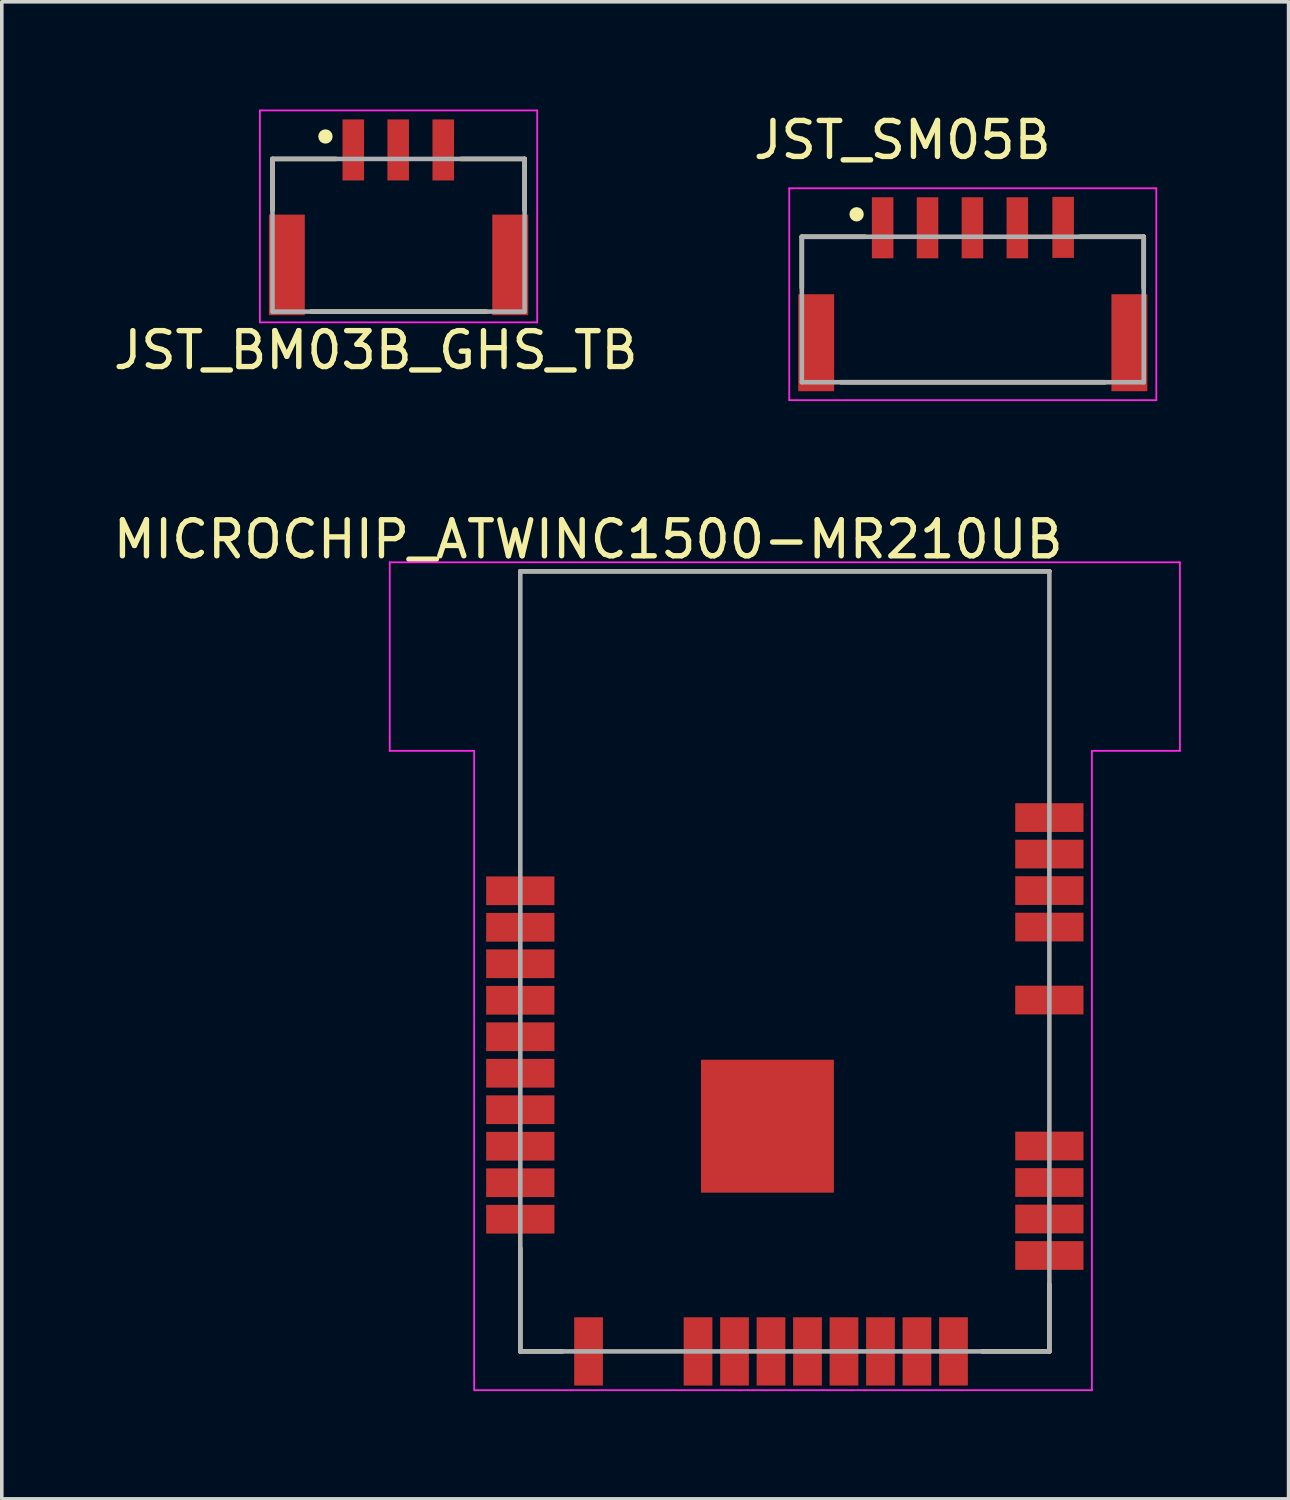
<source format=kicad_pcb>
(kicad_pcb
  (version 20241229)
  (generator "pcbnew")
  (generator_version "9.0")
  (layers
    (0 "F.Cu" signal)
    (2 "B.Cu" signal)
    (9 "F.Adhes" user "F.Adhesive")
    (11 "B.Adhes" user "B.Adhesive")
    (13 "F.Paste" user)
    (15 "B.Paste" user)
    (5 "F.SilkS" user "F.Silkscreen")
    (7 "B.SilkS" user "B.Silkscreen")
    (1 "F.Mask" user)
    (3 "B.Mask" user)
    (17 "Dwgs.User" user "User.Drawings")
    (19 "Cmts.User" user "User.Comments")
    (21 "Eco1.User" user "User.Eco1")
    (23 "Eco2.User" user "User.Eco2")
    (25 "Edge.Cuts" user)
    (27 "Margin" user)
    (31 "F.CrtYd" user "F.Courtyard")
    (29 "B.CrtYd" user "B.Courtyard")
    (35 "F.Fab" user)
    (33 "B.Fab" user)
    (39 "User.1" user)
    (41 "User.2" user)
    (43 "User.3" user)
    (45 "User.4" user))
  (footprint "JST_SM05B"
    (layer "F.Cu")
    (at 23.399 5.567)
    (property "Reference" "JST_SM05B" (at -1.327 -4.718 0) (layer "F.SilkS") (effects (font (size 1.002 1.002) (thickness 0.15))))
    (attr smd)
    (fp_line (start -4.125 -2.025) (end -2.36 -2.025) (stroke (width 0.127) (type solid)) (layer "F.SilkS"))
    (fp_line (start -4.125 -0.605) (end -4.125 -2.025) (stroke (width 0.127) (type solid)) (layer "F.SilkS"))
    (fp_line (start -3.04 2.025) (end 4.32 2.025) (stroke (width 0.127) (type solid)) (layer "F.SilkS"))
    (fp_line (start 5.395 -2.025) (end 3.63 -2.025) (stroke (width 0.127) (type solid)) (layer "F.SilkS"))
    (fp_line (start 5.395 -0.595) (end 5.395 -2.025) (stroke (width 0.127) (type solid)) (layer "F.SilkS"))
    (fp_circle (center -2.6 -2.65) (end -2.5 -2.65) (stroke (width 0.2) (type solid)) (fill no) (layer "F.SilkS"))
    (fp_line (start -4.475 -3.375) (end 5.745 -3.375) (stroke (width 0.05) (type solid)) (layer "F.CrtYd"))
    (fp_line (start -4.475 2.525) (end -4.475 -3.375) (stroke (width 0.05) (type solid)) (layer "F.CrtYd"))
    (fp_line (start 5.745 -3.375) (end 5.745 2.525) (stroke (width 0.05) (type solid)) (layer "F.CrtYd"))
    (fp_line (start 5.745 2.525) (end -4.475 2.525) (stroke (width 0.05) (type solid)) (layer "F.CrtYd"))
    (fp_line (start -4.125 -2.025) (end 5.395 -2.025) (stroke (width 0.127) (type solid)) (layer "F.Fab"))
    (fp_line (start -4.125 2.025) (end -4.125 -2.025) (stroke (width 0.127) (type solid)) (layer "F.Fab"))
    (fp_line (start 5.395 -2.025) (end 5.395 2.025) (stroke (width 0.127) (type solid)) (layer "F.Fab"))
    (fp_line (start 5.395 2.025) (end -4.125 2.025) (stroke (width 0.127) (type solid)) (layer "F.Fab"))
    (pad "" smd rect (at -3.725 0.925 90) (size 2.7 1) (layers "F.Cu" "F.Mask" "F.Paste"))
    (pad "" smd rect (at 4.995 0.925 90) (size 2.7 1) (layers "F.Cu" "F.Mask" "F.Paste"))
    (pad "1" smd rect (at -1.875 -2.275 90) (size 1.7 0.6) (layers "F.Cu" "F.Mask" "F.Paste"))
    (pad "2" smd rect (at -0.625 -2.275 90) (size 1.7 0.6) (layers "F.Cu" "F.Mask" "F.Paste"))
    (pad "3" smd rect (at 0.625 -2.275 90) (size 1.7 0.6) (layers "F.Cu" "F.Mask" "F.Paste"))
    (pad "4" smd rect (at 1.875 -2.275 90) (size 1.7 0.6) (layers "F.Cu" "F.Mask" "F.Paste"))
    (pad "5" smd rect (at 3.15 -2.286 90) (size 1.7 0.6) (layers "F.Cu" "F.Mask" "F.Paste")))
  (footprint "JST_BM03B_GHS_TB"
    (layer "F.Cu")
    (at 7.411 4.325)
    (property "Reference" "JST_BM03B_GHS_TB" (at 0 2.375 0) (unlocked yes) (layer "F.SilkS") (effects (font (size 1 1) (thickness 0.15))))
    (attr smd)
    (fp_line (start -2.875 -2.95) (end -1.11 -2.95) (stroke (width 0.127) (type solid)) (layer "F.SilkS"))
    (fp_line (start -2.875 -1.53) (end -2.875 -2.95) (stroke (width 0.127) (type solid)) (layer "F.SilkS"))
    (fp_line (start -1.79 1.3) (end 3.07 1.3) (stroke (width 0.127) (type solid)) (layer "F.SilkS"))
    (fp_line (start 4.145 -2.95) (end 2.38 -2.95) (stroke (width 0.127) (type solid)) (layer "F.SilkS"))
    (fp_line (start 4.145 -1.52) (end 4.145 -2.95) (stroke (width 0.127) (type solid)) (layer "F.SilkS"))
    (fp_circle (center -1.4 -3.575) (end -1.3 -3.575) (stroke (width 0.2) (type solid)) (fill no) (layer "F.SilkS"))
    (fp_line (start -3.225 -4.3) (end 4.495 -4.3) (stroke (width 0.05) (type solid)) (layer "F.CrtYd"))
    (fp_line (start -3.225 1.6) (end -3.225 -4.3) (stroke (width 0.05) (type solid)) (layer "F.CrtYd"))
    (fp_line (start 4.495 -4.3) (end 4.495 1.6) (stroke (width 0.05) (type solid)) (layer "F.CrtYd"))
    (fp_line (start 4.495 1.6) (end -3.225 1.6) (stroke (width 0.05) (type solid)) (layer "F.CrtYd"))
    (fp_line (start -2.875 -2.95) (end 4.145 -2.95) (stroke (width 0.127) (type solid)) (layer "F.Fab"))
    (fp_line (start -2.875 1.3) (end -2.875 -2.95) (stroke (width 0.127) (type solid)) (layer "F.Fab"))
    (fp_line (start 4.145 -2.95) (end 4.145 1.3) (stroke (width 0.127) (type solid)) (layer "F.Fab"))
    (fp_line (start 4.145 1.3) (end -2.875 1.3) (stroke (width 0.127) (type solid)) (layer "F.Fab"))
    (pad "" smd rect (at -2.475 0 90) (size 2.8 1) (layers "F.Cu" "F.Mask" "F.Paste"))
    (pad "" smd rect (at 3.745 0 90) (size 2.8 1) (layers "F.Cu" "F.Mask" "F.Paste"))
    (pad "1" smd rect (at -0.625 -3.2 90) (size 1.7 0.6) (layers "F.Cu" "F.Mask" "F.Paste"))
    (pad "2" smd rect (at 0.625 -3.2 90) (size 1.7 0.6) (layers "F.Cu" "F.Mask" "F.Paste"))
    (pad "3" smd rect (at 1.88 -3.2 90) (size 1.7 0.6) (layers "F.Cu" "F.Mask" "F.Paste")))
  (footprint "MICROCHIP_ATWINC1500-MR210UB"
    (layer "F.Cu")
    (at 18.801 31.905)
    (property "Reference" "MICROCHIP_ATWINC1500-MR210UB" (at -5.475 -19.938 0) (layer "F.SilkS") (effects (font (size 1.003 1.003) (thickness 0.15))))
    (attr smd)
    (fp_line (start -7.365 -19.05) (end 7.365 -19.05) (stroke (width 0.127) (type solid)) (layer "F.SilkS"))
    (fp_line (start -7.365 2.67) (end -7.365 -0.2) (stroke (width 0.127) (type solid)) (layer "F.SilkS"))
    (fp_line (start -6.2 2.67) (end -7.365 2.67) (stroke (width 0.127) (type solid)) (layer "F.SilkS"))
    (fp_line (start 7.365 0.8) (end 7.365 2.67) (stroke (width 0.127) (type solid)) (layer "F.SilkS"))
    (fp_line (start 7.365 2.67) (end 5.5 2.67) (stroke (width 0.127) (type solid)) (layer "F.SilkS"))
    (fp_line (start -11 -19.3) (end 11 -19.3) (stroke (width 0.05) (type solid)) (layer "F.CrtYd"))
    (fp_line (start -11 -14.05) (end -11 -19.3) (stroke (width 0.05) (type solid)) (layer "F.CrtYd"))
    (fp_line (start -8.65 -14.05) (end -11 -14.05) (stroke (width 0.05) (type solid)) (layer "F.CrtYd"))
    (fp_line (start -8.65 3.75) (end -8.65 -14.05) (stroke (width 0.05) (type solid)) (layer "F.CrtYd"))
    (fp_line (start -8.635 3.75) (end 8.55 3.75) (stroke (width 0.05) (type solid)) (layer "F.CrtYd"))
    (fp_line (start 8.55 -14.05) (end 8.55 3.75) (stroke (width 0.05) (type solid)) (layer "F.CrtYd"))
    (fp_line (start 11 -19.3) (end 11 -14.05) (stroke (width 0.05) (type solid)) (layer "F.CrtYd"))
    (fp_line (start 11 -14.05) (end 8.55 -14.05) (stroke (width 0.05) (type solid)) (layer "F.CrtYd"))
    (fp_line (start -7.365 -19.05) (end 7.365 -19.05) (stroke (width 0.127) (type solid)) (layer "F.Fab"))
    (fp_line (start -7.365 2.67) (end -7.365 -19.05) (stroke (width 0.127) (type solid)) (layer "F.Fab"))
    (fp_line (start 7.365 -19.05) (end 7.365 2.67) (stroke (width 0.127) (type solid)) (layer "F.Fab"))
    (fp_line (start 7.365 2.67) (end -7.365 2.67) (stroke (width 0.127) (type solid)) (layer "F.Fab"))
    (pad "1" smd rect (at 7.365 0 90) (size 0.8 1.9) (layers "F.Cu" "F.Mask" "F.Paste"))
    (pad "2" smd rect (at 7.365 -1.016 90) (size 0.8 1.9) (layers "F.Cu" "F.Mask" "F.Paste"))
    (pad "3" smd rect (at 7.365 -2.032 90) (size 0.8 1.9) (layers "F.Cu" "F.Mask" "F.Paste"))
    (pad "4" smd rect (at 7.365 -3.048 90) (size 0.8 1.9) (layers "F.Cu" "F.Mask" "F.Paste"))
    (pad "5" smd rect (at 7.365 -7.112 90) (size 0.8 1.9) (layers "F.Cu" "F.Mask" "F.Paste"))
    (pad "6" smd rect (at 7.365 -9.144 90) (size 0.8 1.9) (layers "F.Cu" "F.Mask" "F.Paste"))
    (pad "7" smd rect (at 7.365 -10.16 90) (size 0.8 1.9) (layers "F.Cu" "F.Mask" "F.Paste"))
    (pad "8" smd rect (at 7.365 -11.176 90) (size 0.8 1.9) (layers "F.Cu" "F.Mask" "F.Paste"))
    (pad "9" smd rect (at 7.365 -12.192 90) (size 0.8 1.9) (layers "F.Cu" "F.Mask" "F.Paste"))
    (pad "10" smd rect (at -7.365 -10.154 90) (size 0.8 1.9) (layers "F.Cu" "F.Mask" "F.Paste"))
    (pad "11" smd rect (at -7.365 -9.138 90) (size 0.8 1.9) (layers "F.Cu" "F.Mask" "F.Paste"))
    (pad "12" smd rect (at -7.365 -8.122 90) (size 0.8 1.9) (layers "F.Cu" "F.Mask" "F.Paste"))
    (pad "13" smd rect (at -7.365 -7.106 90) (size 0.8 1.9) (layers "F.Cu" "F.Mask" "F.Paste"))
    (pad "14" smd rect (at -7.365 -6.09 90) (size 0.8 1.9) (layers "F.Cu" "F.Mask" "F.Paste"))
    (pad "15" smd rect (at -7.365 -5.074 90) (size 0.8 1.9) (layers "F.Cu" "F.Mask" "F.Paste"))
    (pad "16" smd rect (at -7.365 -4.058 90) (size 0.8 1.9) (layers "F.Cu" "F.Mask" "F.Paste"))
    (pad "17" smd rect (at -7.365 -3.042 90) (size 0.8 1.9) (layers "F.Cu" "F.Mask" "F.Paste"))
    (pad "18" smd rect (at -7.365 -2.026 90) (size 0.8 1.9) (layers "F.Cu" "F.Mask" "F.Paste"))
    (pad "19" smd rect (at -7.365 -1.01 90) (size 0.8 1.9) (layers "F.Cu" "F.Mask" "F.Paste"))
    (pad "20" smd rect (at -5.465 2.67 180) (size 0.8 1.9) (layers "F.Cu" "F.Mask" "F.Paste"))
    (pad "21" smd rect (at -2.417 2.67 180) (size 0.8 1.9) (layers "F.Cu" "F.Mask" "F.Paste"))
    (pad "22" smd rect (at -1.401 2.67 180) (size 0.8 1.9) (layers "F.Cu" "F.Mask" "F.Paste"))
    (pad "23" smd rect (at -0.385 2.67 180) (size 0.8 1.9) (layers "F.Cu" "F.Mask" "F.Paste"))
    (pad "24" smd rect (at 0.631 2.67 180) (size 0.8 1.9) (layers "F.Cu" "F.Mask" "F.Paste"))
    (pad "25" smd rect (at 1.647 2.67 180) (size 0.8 1.9) (layers "F.Cu" "F.Mask" "F.Paste"))
    (pad "26" smd rect (at 2.663 2.67 180) (size 0.8 1.9) (layers "F.Cu" "F.Mask" "F.Paste"))
    (pad "27" smd rect (at 3.679 2.67 180) (size 0.8 1.9) (layers "F.Cu" "F.Mask" "F.Paste"))
    (pad "28" smd rect (at 4.695 2.67 180) (size 0.8 1.9) (layers "F.Cu" "F.Mask" "F.Paste"))
    (pad "29" smd rect (at -0.485 -3.6) (size 3.7 3.7) (layers "F.Cu" "F.Mask" "F.Paste"))
    (zone (net_name "") (layer "F.Cu") (hatch full 0.508) (connect_pads) (min_thickness 0.01) (filled_areas_thickness no) (keepout (tracks not_allowed) (vias not_allowed) (pads not_allowed) (copperpour not_allowed) (footprints allowed)) (placement (enabled no)) (fill) (polygon (pts (xy 7.792 12.855) (xy 29.801 12.855) (xy 29.801 17.844) (xy 7.792 17.844))))
    (zone (net_name "") (layers "F.Cu" "B.Cu") (hatch full 0.508) (connect_pads) (min_thickness 0.01) (filled_areas_thickness no) (keepout (tracks allowed) (vias not_allowed) (pads allowed) (copperpour allowed) (footprints allowed)) (placement (enabled no)) (fill) (polygon (pts (xy 7.785 12.855) (xy 29.801 12.855) (xy 29.801 17.834) (xy 7.785 17.834))))
    (zone (net_name "") (layer "B.Cu") (hatch full 0.508) (connect_pads) (min_thickness 0.01) (filled_areas_thickness no) (keepout (tracks not_allowed) (vias not_allowed) (pads not_allowed) (copperpour not_allowed) (footprints allowed)) (placement (enabled no)) (fill) (polygon (pts (xy 7.773 12.855) (xy 29.801 12.855) (xy 29.801 17.819) (xy 7.773 17.819)))))
  (gr_rect
    (start -3 -3)
    (end 32.826 38.68)
    (stroke (width 0.1) (type default))
    (fill no)
    (layer "Edge.Cuts")))
</source>
